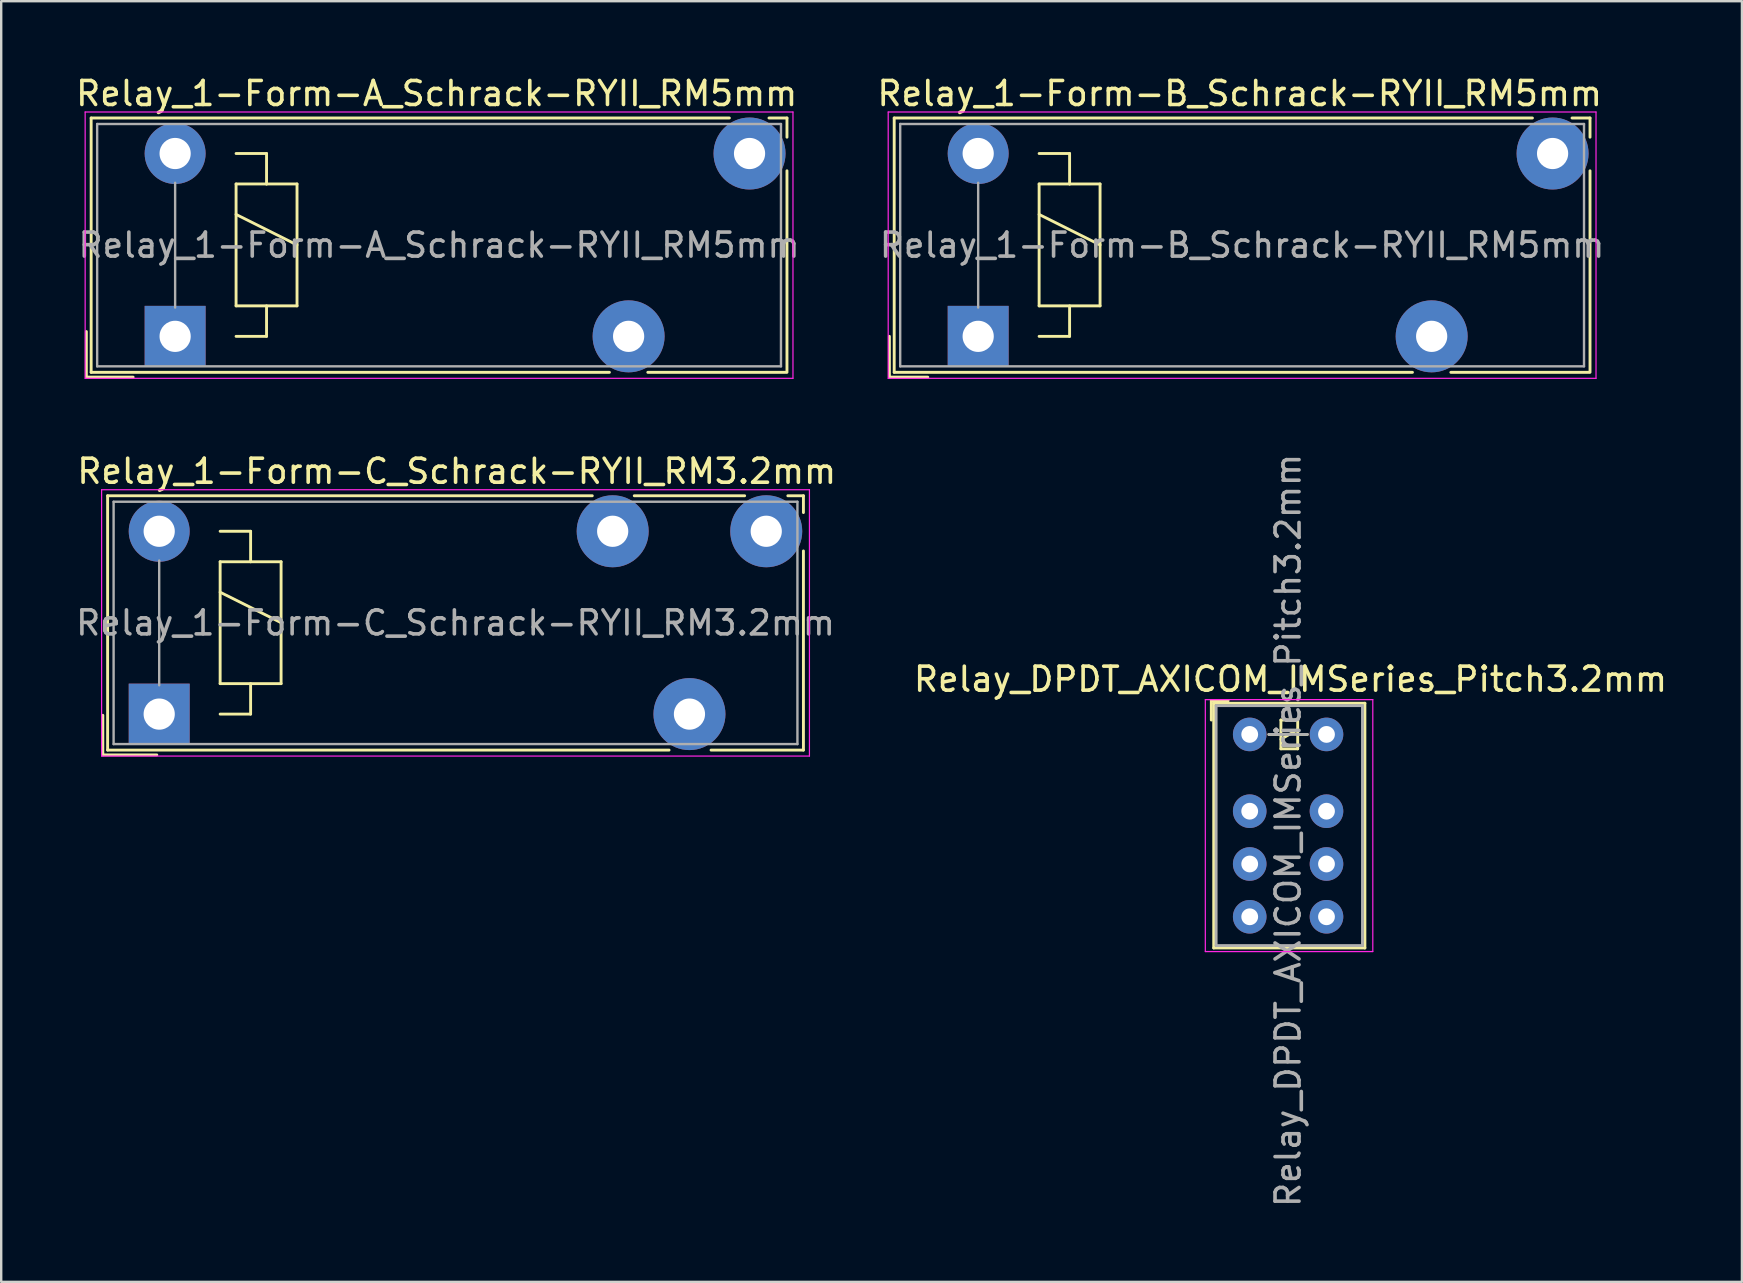
<source format=kicad_pcb>
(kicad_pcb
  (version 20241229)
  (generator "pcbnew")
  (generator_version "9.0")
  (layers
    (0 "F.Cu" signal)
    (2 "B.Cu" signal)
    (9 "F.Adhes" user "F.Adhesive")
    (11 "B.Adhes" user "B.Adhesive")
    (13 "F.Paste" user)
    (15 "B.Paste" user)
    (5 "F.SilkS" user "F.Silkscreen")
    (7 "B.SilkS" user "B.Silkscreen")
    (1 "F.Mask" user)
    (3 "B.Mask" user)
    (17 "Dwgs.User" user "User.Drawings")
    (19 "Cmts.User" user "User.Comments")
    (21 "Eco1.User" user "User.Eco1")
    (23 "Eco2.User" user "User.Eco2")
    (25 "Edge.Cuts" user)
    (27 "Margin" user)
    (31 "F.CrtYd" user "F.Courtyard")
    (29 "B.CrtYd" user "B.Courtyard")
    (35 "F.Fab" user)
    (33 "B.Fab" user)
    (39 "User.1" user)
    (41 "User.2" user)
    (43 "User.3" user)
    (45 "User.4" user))
  (footprint "Relay_1-Form-A_Schrack-RYII_RM5mm"
    (layer "F.Cu")
    (at 4.249 10.968)
    (property "Reference" "Relay_1-Form-A_Schrack-RYII_RM5mm" (at 10.9 -10.12 0) (layer "F.SilkS") (effects (font (size 1 1) (thickness 0.15))))
    (attr through_hole)
    (fp_line (start -3.7 1.7) (end -3.7 -0.2) (stroke (width 0.12) (type solid)) (layer "F.SilkS"))
    (fp_line (start -3.5 -9.1) (end 23.1 -9.1) (stroke (width 0.12) (type solid)) (layer "F.SilkS"))
    (fp_line (start -3.5 1.5) (end -3.5 -9.1) (stroke (width 0.12) (type solid)) (layer "F.SilkS"))
    (fp_line (start -1.75 1.7) (end -3.7 1.7) (stroke (width 0.12) (type solid)) (layer "F.SilkS"))
    (fp_line (start 2.54 -7.62) (end 3.81 -7.62) (stroke (width 0.12) (type solid)) (layer "F.SilkS"))
    (fp_line (start 2.54 -6.35) (end 3.81 -6.35) (stroke (width 0.12) (type solid)) (layer "F.SilkS"))
    (fp_line (start 2.54 -5.08) (end 5.08 -3.81) (stroke (width 0.12) (type solid)) (layer "F.SilkS"))
    (fp_line (start 2.54 -1.27) (end 2.54 -6.35) (stroke (width 0.12) (type solid)) (layer "F.SilkS"))
    (fp_line (start 3.81 -7.62) (end 3.81 -6.35) (stroke (width 0.12) (type solid)) (layer "F.SilkS"))
    (fp_line (start 3.81 -6.35) (end 5.08 -6.35) (stroke (width 0.12) (type solid)) (layer "F.SilkS"))
    (fp_line (start 3.81 -1.27) (end 3.81 0) (stroke (width 0.12) (type solid)) (layer "F.SilkS"))
    (fp_line (start 3.81 0) (end 2.54 0) (stroke (width 0.12) (type solid)) (layer "F.SilkS"))
    (fp_line (start 5.08 -6.35) (end 5.08 -1.27) (stroke (width 0.12) (type solid)) (layer "F.SilkS"))
    (fp_line (start 5.08 -1.27) (end 2.54 -1.27) (stroke (width 0.12) (type solid)) (layer "F.SilkS"))
    (fp_line (start 18.1 1.5) (end -3.5 1.5) (stroke (width 0.12) (type solid)) (layer "F.SilkS"))
    (fp_line (start 24.75 -9.1) (end 25.5 -9.1) (stroke (width 0.12) (type solid)) (layer "F.SilkS"))
    (fp_line (start 25.45 1.5) (end 19.7 1.5) (stroke (width 0.12) (type solid)) (layer "F.SilkS"))
    (fp_line (start 25.5 -9.1) (end 25.5 -8.3) (stroke (width 0.12) (type solid)) (layer "F.SilkS"))
    (fp_line (start 25.5 -6.9) (end 25.5 1.5) (stroke (width 0.12) (type solid)) (layer "F.SilkS"))
    (fp_line (start -3.75 -9.35) (end -3.75 1.75) (stroke (width 0.05) (type solid)) (layer "F.CrtYd"))
    (fp_line (start -3.75 1.75) (end 25.75 1.75) (stroke (width 0.05) (type solid)) (layer "F.CrtYd"))
    (fp_line (start 25.75 -9.35) (end -3.75 -9.35) (stroke (width 0.05) (type solid)) (layer "F.CrtYd"))
    (fp_line (start 25.75 1.75) (end 25.75 -9.35) (stroke (width 0.05) (type solid)) (layer "F.CrtYd"))
    (fp_line (start -3.25 -8.85) (end 25.25 -8.85) (stroke (width 0.1) (type solid)) (layer "F.Fab"))
    (fp_line (start -3.25 1.25) (end -3.25 -8.85) (stroke (width 0.1) (type solid)) (layer "F.Fab"))
    (fp_line (start 0 -6.4) (end 0 -1.2) (stroke (width 0.1) (type solid)) (layer "F.Fab"))
    (fp_line (start 25.25 -8.85) (end 25.25 1.25) (stroke (width 0.1) (type solid)) (layer "F.Fab"))
    (fp_line (start 25.25 1.25) (end -3.25 1.25) (stroke (width 0.1) (type solid)) (layer "F.Fab"))
    (fp_text user "${REFERENCE}" (at 11 -3.8 0) (layer "F.Fab") (effects (font (size 1 1) (thickness 0.15))))
    (pad "11" thru_hole circle (at 18.9 0) (size 3 3) (drill 1.3) (layers "*.Cu" "*.Mask"))
    (pad "14" thru_hole circle (at 23.94 -7.62) (size 3 3) (drill 1.3) (layers "*.Cu" "*.Mask"))
    (pad "A1" thru_hole rect (at 0 0) (size 2.54 2.54) (drill 1.3) (layers "*.Cu" "*.Mask"))
    (pad "A2" thru_hole circle (at 0 -7.62) (size 2.54 2.54) (drill 1.3) (layers "*.Cu" "*.Mask")))
  (footprint "Relay_1-Form-C_Schrack-RYII_RM3.2mm"
    (layer "F.Cu")
    (at 3.585 26.712)
    (property "Reference" "Relay_1-Form-C_Schrack-RYII_RM3.2mm" (at 12.4 -10.12 0) (layer "F.SilkS") (effects (font (size 1 1) (thickness 0.15))))
    (attr through_hole)
    (fp_line (start -2.35 0.05) (end -2.35 1.7) (stroke (width 0.12) (type solid)) (layer "F.SilkS"))
    (fp_line (start -2.35 1.7) (end -0.1 1.7) (stroke (width 0.12) (type solid)) (layer "F.SilkS"))
    (fp_line (start -2.15 -9.1) (end 18.05 -9.1) (stroke (width 0.12) (type solid)) (layer "F.SilkS"))
    (fp_line (start -2.15 1.5) (end -2.15 -9.1) (stroke (width 0.12) (type solid)) (layer "F.SilkS"))
    (fp_line (start 2.54 -7.62) (end 3.81 -7.62) (stroke (width 0.12) (type solid)) (layer "F.SilkS"))
    (fp_line (start 2.54 -6.35) (end 3.81 -6.35) (stroke (width 0.12) (type solid)) (layer "F.SilkS"))
    (fp_line (start 2.54 -5.08) (end 5.08 -3.81) (stroke (width 0.12) (type solid)) (layer "F.SilkS"))
    (fp_line (start 2.54 -1.27) (end 2.54 -6.35) (stroke (width 0.12) (type solid)) (layer "F.SilkS"))
    (fp_line (start 3.81 -7.62) (end 3.81 -6.35) (stroke (width 0.12) (type solid)) (layer "F.SilkS"))
    (fp_line (start 3.81 -6.35) (end 5.08 -6.35) (stroke (width 0.12) (type solid)) (layer "F.SilkS"))
    (fp_line (start 3.81 -1.27) (end 3.81 0) (stroke (width 0.12) (type solid)) (layer "F.SilkS"))
    (fp_line (start 3.81 0) (end 2.54 0) (stroke (width 0.12) (type solid)) (layer "F.SilkS"))
    (fp_line (start 5.08 -6.35) (end 5.08 -1.27) (stroke (width 0.12) (type solid)) (layer "F.SilkS"))
    (fp_line (start 5.08 -1.27) (end 2.54 -1.27) (stroke (width 0.12) (type solid)) (layer "F.SilkS"))
    (fp_line (start 19.8 -9.1) (end 24.4 -9.1) (stroke (width 0.12) (type solid)) (layer "F.SilkS"))
    (fp_line (start 21.25 1.5) (end -2.15 1.5) (stroke (width 0.12) (type solid)) (layer "F.SilkS"))
    (fp_line (start 26.2 -9.1) (end 26.85 -9.1) (stroke (width 0.12) (type solid)) (layer "F.SilkS"))
    (fp_line (start 26.85 -9.1) (end 26.85 -8.4) (stroke (width 0.12) (type solid)) (layer "F.SilkS"))
    (fp_line (start 26.85 -6.8) (end 26.85 1.5) (stroke (width 0.12) (type solid)) (layer "F.SilkS"))
    (fp_line (start 26.85 1.5) (end 23 1.5) (stroke (width 0.12) (type solid)) (layer "F.SilkS"))
    (fp_line (start -2.4 -9.35) (end -2.4 1.75) (stroke (width 0.05) (type solid)) (layer "F.CrtYd"))
    (fp_line (start -2.4 1.75) (end 27.1 1.75) (stroke (width 0.05) (type solid)) (layer "F.CrtYd"))
    (fp_line (start 27.1 -9.35) (end -2.4 -9.35) (stroke (width 0.05) (type solid)) (layer "F.CrtYd"))
    (fp_line (start 27.1 1.75) (end 27.1 -9.35) (stroke (width 0.05) (type solid)) (layer "F.CrtYd"))
    (fp_line (start -1.9 -8.85) (end 26.6 -8.85) (stroke (width 0.1) (type solid)) (layer "F.Fab"))
    (fp_line (start -1.9 1.25) (end -1.9 -8.85) (stroke (width 0.1) (type solid)) (layer "F.Fab"))
    (fp_line (start 0 -6.4) (end 0 -1.2) (stroke (width 0.1) (type solid)) (layer "F.Fab"))
    (fp_line (start 26.6 -8.85) (end 26.6 1.25) (stroke (width 0.1) (type solid)) (layer "F.Fab"))
    (fp_line (start 26.6 1.25) (end -1.9 1.25) (stroke (width 0.1) (type solid)) (layer "F.Fab"))
    (fp_text user "${REFERENCE}" (at 12.35 -3.8 0) (layer "F.Fab") (effects (font (size 1 1) (thickness 0.15))))
    (pad "11" thru_hole circle (at 22.1 0) (size 3 3) (drill 1.3) (layers "*.Cu" "*.Mask"))
    (pad "12" thru_hole circle (at 18.9 -7.62) (size 3 3) (drill 1.3) (layers "*.Cu" "*.Mask"))
    (pad "14" thru_hole circle (at 25.3 -7.62) (size 3 3) (drill 1.3) (layers "*.Cu" "*.Mask"))
    (pad "A1" thru_hole rect (at 0 0) (size 2.54 2.54) (drill 1.3) (layers "*.Cu" "*.Mask"))
    (pad "A2" thru_hole circle (at 0 -7.62) (size 2.54 2.54) (drill 1.3) (layers "*.Cu" "*.Mask")))
  (footprint "Relay_1-Form-B_Schrack-RYII_RM5mm"
    (layer "F.Cu")
    (at 37.718 10.968)
    (property "Reference" "Relay_1-Form-B_Schrack-RYII_RM5mm" (at 10.9 -10.12 0) (layer "F.SilkS") (effects (font (size 1 1) (thickness 0.15))))
    (attr through_hole)
    (fp_line (start -3.7 0) (end -3.7 1.7) (stroke (width 0.12) (type solid)) (layer "F.SilkS"))
    (fp_line (start -3.7 1.7) (end -2.1 1.7) (stroke (width 0.12) (type solid)) (layer "F.SilkS"))
    (fp_line (start -3.5 -9.1) (end 23.1 -9.1) (stroke (width 0.12) (type solid)) (layer "F.SilkS"))
    (fp_line (start -3.5 1.5) (end -3.5 -9.1) (stroke (width 0.12) (type solid)) (layer "F.SilkS"))
    (fp_line (start 2.54 -7.62) (end 3.81 -7.62) (stroke (width 0.12) (type solid)) (layer "F.SilkS"))
    (fp_line (start 2.54 -6.35) (end 3.81 -6.35) (stroke (width 0.12) (type solid)) (layer "F.SilkS"))
    (fp_line (start 2.54 -5.08) (end 5.08 -3.81) (stroke (width 0.12) (type solid)) (layer "F.SilkS"))
    (fp_line (start 2.54 -1.27) (end 2.54 -6.35) (stroke (width 0.12) (type solid)) (layer "F.SilkS"))
    (fp_line (start 3.81 -7.62) (end 3.81 -6.35) (stroke (width 0.12) (type solid)) (layer "F.SilkS"))
    (fp_line (start 3.81 -6.35) (end 5.08 -6.35) (stroke (width 0.12) (type solid)) (layer "F.SilkS"))
    (fp_line (start 3.81 -1.27) (end 3.81 0) (stroke (width 0.12) (type solid)) (layer "F.SilkS"))
    (fp_line (start 3.81 0) (end 2.54 0) (stroke (width 0.12) (type solid)) (layer "F.SilkS"))
    (fp_line (start 5.08 -6.35) (end 5.08 -1.27) (stroke (width 0.12) (type solid)) (layer "F.SilkS"))
    (fp_line (start 5.08 -1.27) (end 2.54 -1.27) (stroke (width 0.12) (type solid)) (layer "F.SilkS"))
    (fp_line (start 18.1 1.5) (end -3.5 1.5) (stroke (width 0.12) (type solid)) (layer "F.SilkS"))
    (fp_line (start 24.75 -9.1) (end 25.5 -9.1) (stroke (width 0.12) (type solid)) (layer "F.SilkS"))
    (fp_line (start 25.45 1.5) (end 19.7 1.5) (stroke (width 0.12) (type solid)) (layer "F.SilkS"))
    (fp_line (start 25.5 -9.1) (end 25.5 -8.3) (stroke (width 0.12) (type solid)) (layer "F.SilkS"))
    (fp_line (start 25.5 -6.9) (end 25.5 1.5) (stroke (width 0.12) (type solid)) (layer "F.SilkS"))
    (fp_line (start -3.75 -9.35) (end -3.75 1.75) (stroke (width 0.05) (type solid)) (layer "F.CrtYd"))
    (fp_line (start -3.75 1.75) (end 25.75 1.75) (stroke (width 0.05) (type solid)) (layer "F.CrtYd"))
    (fp_line (start 25.75 -9.35) (end -3.75 -9.35) (stroke (width 0.05) (type solid)) (layer "F.CrtYd"))
    (fp_line (start 25.75 1.75) (end 25.75 -9.35) (stroke (width 0.05) (type solid)) (layer "F.CrtYd"))
    (fp_line (start -3.25 -8.85) (end 25.25 -8.85) (stroke (width 0.1) (type solid)) (layer "F.Fab"))
    (fp_line (start -3.25 1.25) (end -3.25 -8.85) (stroke (width 0.1) (type solid)) (layer "F.Fab"))
    (fp_line (start 0 -6.4) (end 0 -1.2) (stroke (width 0.1) (type solid)) (layer "F.Fab"))
    (fp_line (start 25.25 -8.85) (end 25.25 1.25) (stroke (width 0.1) (type solid)) (layer "F.Fab"))
    (fp_line (start 25.25 1.25) (end -3.25 1.25) (stroke (width 0.1) (type solid)) (layer "F.Fab"))
    (fp_text user "${REFERENCE}" (at 11 -3.8 0) (layer "F.Fab") (effects (font (size 1 1) (thickness 0.15))))
    (pad "11" thru_hole circle (at 18.9 0) (size 3 3) (drill 1.3) (layers "*.Cu" "*.Mask"))
    (pad "12" thru_hole circle (at 23.94 -7.62) (size 3 3) (drill 1.3) (layers "*.Cu" "*.Mask"))
    (pad "A1" thru_hole rect (at 0 0) (size 2.54 2.54) (drill 1.3) (layers "*.Cu" "*.Mask"))
    (pad "A2" thru_hole circle (at 0 -7.62) (size 2.54 2.54) (drill 1.3) (layers "*.Cu" "*.Mask")))
  (footprint "Relay_DPDT_AXICOM_IMSeries_Pitch3.2mm"
    (layer "F.Cu")
    (at 49.035 27.559)
    (property "Reference" "Relay_DPDT_AXICOM_IMSeries_Pitch3.2mm" (at 1.7 -2.3 0) (layer "F.SilkS") (effects (font (size 1 1) (thickness 0.15))))
    (attr through_hole)
    (fp_line (start -1.6 -1.4) (end -0.9 -1.4) (stroke (width 0.12) (type solid)) (layer "F.SilkS"))
    (fp_line (start -1.6 -0.6) (end -1.6 -1.4) (stroke (width 0.12) (type solid)) (layer "F.SilkS"))
    (fp_line (start -1.5 -1.3) (end 4.8 -1.3) (stroke (width 0.12) (type solid)) (layer "F.SilkS"))
    (fp_line (start -1.5 8.9) (end -1.5 -1.3) (stroke (width 0.12) (type solid)) (layer "F.SilkS"))
    (fp_line (start 1.3 -0.6) (end 1.3 0.6) (stroke (width 0.12) (type solid)) (layer "F.SilkS"))
    (fp_line (start 1.3 0) (end 0.8 0) (stroke (width 0.12) (type solid)) (layer "F.SilkS"))
    (fp_line (start 1.3 0.2) (end 2 -0.2) (stroke (width 0.12) (type solid)) (layer "F.SilkS"))
    (fp_line (start 1.3 0.6) (end 2 0.6) (stroke (width 0.12) (type solid)) (layer "F.SilkS"))
    (fp_line (start 2 -0.6) (end 1.3 -0.6) (stroke (width 0.12) (type solid)) (layer "F.SilkS"))
    (fp_line (start 2 0) (end 2.4 0) (stroke (width 0.12) (type solid)) (layer "F.SilkS"))
    (fp_line (start 2 0.6) (end 2 -0.6) (stroke (width 0.12) (type solid)) (layer "F.SilkS"))
    (fp_line (start 4.8 -1.3) (end 4.8 8.9) (stroke (width 0.12) (type solid)) (layer "F.SilkS"))
    (fp_line (start 4.8 8.9) (end -1.5 8.9) (stroke (width 0.12) (type solid)) (layer "F.SilkS"))
    (fp_line (start -1.85 -1.45) (end -1.85 9.05) (stroke (width 0.05) (type solid)) (layer "F.CrtYd"))
    (fp_line (start -1.85 -1.45) (end 5.13 -1.45) (stroke (width 0.05) (type solid)) (layer "F.CrtYd"))
    (fp_line (start 5.13 9.05) (end -1.85 9.05) (stroke (width 0.05) (type solid)) (layer "F.CrtYd"))
    (fp_line (start 5.13 9.05) (end 5.13 -1.45) (stroke (width 0.05) (type solid)) (layer "F.CrtYd"))
    (fp_line (start -1.4 -1.2) (end -1.4 8.8) (stroke (width 0.12) (type solid)) (layer "F.Fab"))
    (fp_line (start -1.4 8.8) (end 4.7 8.8) (stroke (width 0.12) (type solid)) (layer "F.Fab"))
    (fp_line (start 0.8 0) (end 2.4 0) (stroke (width 0.12) (type solid)) (layer "F.Fab"))
    (fp_line (start 4.7 -1.2) (end -1.4 -1.2) (stroke (width 0.12) (type solid)) (layer "F.Fab"))
    (fp_line (start 4.7 8.8) (end 4.7 -1.2) (stroke (width 0.12) (type solid)) (layer "F.Fab"))
    (fp_text user "${REFERENCE}" (at 1.6 4 90) (layer "F.Fab") (effects (font (size 1 1) (thickness 0.15))))
    (pad "1" thru_hole circle (at 0 0) (size 1.4 1.4) (drill 0.7) (layers "*.Cu" "*.Mask"))
    (pad "2" thru_hole circle (at 0 3.2) (size 1.4 1.4) (drill 0.7) (layers "*.Cu" "*.Mask"))
    (pad "3" thru_hole circle (at 0 5.4) (size 1.4 1.4) (drill 0.7) (layers "*.Cu" "*.Mask"))
    (pad "4" thru_hole circle (at 0 7.6) (size 1.4 1.4) (drill 0.7) (layers "*.Cu" "*.Mask"))
    (pad "5" thru_hole circle (at 3.2 7.6) (size 1.4 1.4) (drill 0.7) (layers "*.Cu" "*.Mask"))
    (pad "6" thru_hole circle (at 3.2 5.4) (size 1.4 1.4) (drill 0.7) (layers "*.Cu" "*.Mask"))
    (pad "7" thru_hole circle (at 3.2 3.2) (size 1.4 1.4) (drill 0.7) (layers "*.Cu" "*.Mask"))
    (pad "8" thru_hole circle (at 3.2 0) (size 1.4 1.4) (drill 0.7) (layers "*.Cu" "*.Mask")))
  (gr_rect
    (start -3 -3)
    (end 69.55 50.374)
    (stroke (width 0.1) (type default))
    (fill no)
    (layer "Edge.Cuts")))
</source>
